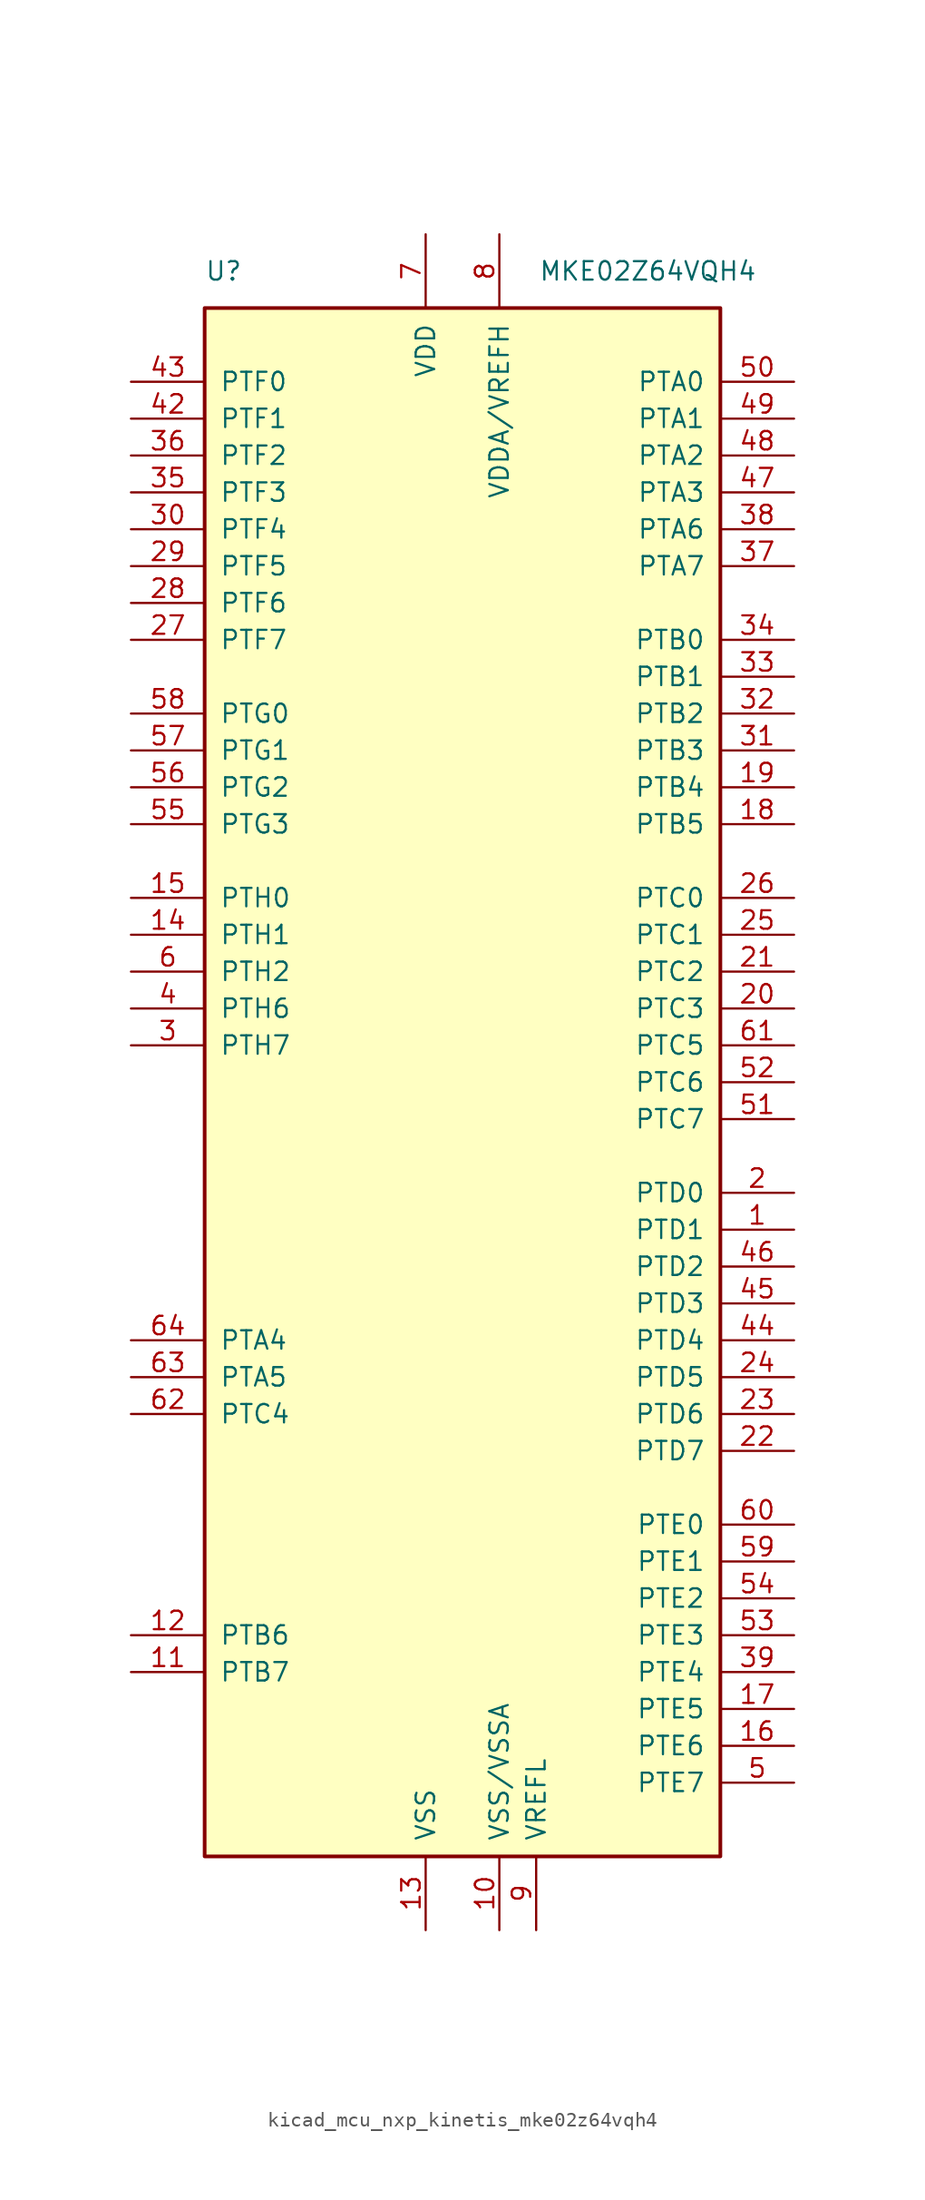
<source format=kicad_sym>
(kicad_symbol_lib
  (version 20220914)
  (generator kicad_symbol_editor)
  (symbol "kicad_mcu_nxp_kinetis_mke02z64vqh4"
    (pin_names
      (offset 1.016))
    (property "Reference" "U"
      (at -17.78 55.88 0)
      (effects (font (size 1.27 1.27)) (justify left)))
    (property "Value" "MKE02Z64VQH4"
      (at 20.32 55.88 0)
      (effects (font (size 1.27 1.27)) (justify right)))
    (symbol "kicad_mcu_nxp_kinetis_mke02z64vqh4_0_1"
      (rectangle (start -17.78 53.34) (end 17.78 -53.34) (stroke (width 0.254) (type default)) (fill (type background))))
    (symbol "kicad_mcu_nxp_kinetis_mke02z64vqh4_1_1"
      (pin bidirectional line (at 22.86 -10.16 180) (length 5.08) (name "PTD1" (effects (font (size 1.27 1.27)))) (number "1" (effects (font (size 1.27 1.27)))))
      (pin power_in line (at 2.54 -58.42 90) (length 5.08) (name "VSS/VSSA" (effects (font (size 1.27 1.27)))) (number "10" (effects (font (size 1.27 1.27)))))
      (pin bidirectional line (at -22.86 -40.64 0) (length 5.08) (name "PTB7" (effects (font (size 1.27 1.27)))) (number "11" (effects (font (size 1.27 1.27)))))
      (pin bidirectional line (at -22.86 -38.1 0) (length 5.08) (name "PTB6" (effects (font (size 1.27 1.27)))) (number "12" (effects (font (size 1.27 1.27)))))
      (pin power_in line (at -2.54 -58.42 90) (length 5.08) (name "VSS" (effects (font (size 1.27 1.27)))) (number "13" (effects (font (size 1.27 1.27)))))
      (pin bidirectional line (at -22.86 10.16 0) (length 5.08) (name "PTH1" (effects (font (size 1.27 1.27)))) (number "14" (effects (font (size 1.27 1.27)))))
      (pin bidirectional line (at -22.86 12.7 0) (length 5.08) (name "PTH0" (effects (font (size 1.27 1.27)))) (number "15" (effects (font (size 1.27 1.27)))))
      (pin bidirectional line (at 22.86 -45.72 180) (length 5.08) (name "PTE6" (effects (font (size 1.27 1.27)))) (number "16" (effects (font (size 1.27 1.27)))))
      (pin bidirectional line (at 22.86 -43.18 180) (length 5.08) (name "PTE5" (effects (font (size 1.27 1.27)))) (number "17" (effects (font (size 1.27 1.27)))))
      (pin bidirectional line (at 22.86 17.78 180) (length 5.08) (name "PTB5" (effects (font (size 1.27 1.27)))) (number "18" (effects (font (size 1.27 1.27)))))
      (pin bidirectional line (at 22.86 20.32 180) (length 5.08) (name "PTB4" (effects (font (size 1.27 1.27)))) (number "19" (effects (font (size 1.27 1.27)))))
      (pin bidirectional line (at 22.86 -7.62 180) (length 5.08) (name "PTD0" (effects (font (size 1.27 1.27)))) (number "2" (effects (font (size 1.27 1.27)))))
      (pin bidirectional line (at 22.86 5.08 180) (length 5.08) (name "PTC3" (effects (font (size 1.27 1.27)))) (number "20" (effects (font (size 1.27 1.27)))))
      (pin bidirectional line (at 22.86 7.62 180) (length 5.08) (name "PTC2" (effects (font (size 1.27 1.27)))) (number "21" (effects (font (size 1.27 1.27)))))
      (pin bidirectional line (at 22.86 -25.4 180) (length 5.08) (name "PTD7" (effects (font (size 1.27 1.27)))) (number "22" (effects (font (size 1.27 1.27)))))
      (pin bidirectional line (at 22.86 -22.86 180) (length 5.08) (name "PTD6" (effects (font (size 1.27 1.27)))) (number "23" (effects (font (size 1.27 1.27)))))
      (pin bidirectional line (at 22.86 -20.32 180) (length 5.08) (name "PTD5" (effects (font (size 1.27 1.27)))) (number "24" (effects (font (size 1.27 1.27)))))
      (pin bidirectional line (at 22.86 10.16 180) (length 5.08) (name "PTC1" (effects (font (size 1.27 1.27)))) (number "25" (effects (font (size 1.27 1.27)))))
      (pin bidirectional line (at 22.86 12.7 180) (length 5.08) (name "PTC0" (effects (font (size 1.27 1.27)))) (number "26" (effects (font (size 1.27 1.27)))))
      (pin bidirectional line (at -22.86 30.48 0) (length 5.08) (name "PTF7" (effects (font (size 1.27 1.27)))) (number "27" (effects (font (size 1.27 1.27)))))
      (pin bidirectional line (at -22.86 33.02 0) (length 5.08) (name "PTF6" (effects (font (size 1.27 1.27)))) (number "28" (effects (font (size 1.27 1.27)))))
      (pin bidirectional line (at -22.86 35.56 0) (length 5.08) (name "PTF5" (effects (font (size 1.27 1.27)))) (number "29" (effects (font (size 1.27 1.27)))))
      (pin bidirectional line (at -22.86 2.54 0) (length 5.08) (name "PTH7" (effects (font (size 1.27 1.27)))) (number "3" (effects (font (size 1.27 1.27)))))
      (pin bidirectional line (at -22.86 38.1 0) (length 5.08) (name "PTF4" (effects (font (size 1.27 1.27)))) (number "30" (effects (font (size 1.27 1.27)))))
      (pin bidirectional line (at 22.86 22.86 180) (length 5.08) (name "PTB3" (effects (font (size 1.27 1.27)))) (number "31" (effects (font (size 1.27 1.27)))))
      (pin bidirectional line (at 22.86 25.4 180) (length 5.08) (name "PTB2" (effects (font (size 1.27 1.27)))) (number "32" (effects (font (size 1.27 1.27)))))
      (pin bidirectional line (at 22.86 27.94 180) (length 5.08) (name "PTB1" (effects (font (size 1.27 1.27)))) (number "33" (effects (font (size 1.27 1.27)))))
      (pin bidirectional line (at 22.86 30.48 180) (length 5.08) (name "PTB0" (effects (font (size 1.27 1.27)))) (number "34" (effects (font (size 1.27 1.27)))))
      (pin bidirectional line (at -22.86 40.64 0) (length 5.08) (name "PTF3" (effects (font (size 1.27 1.27)))) (number "35" (effects (font (size 1.27 1.27)))))
      (pin bidirectional line (at -22.86 43.18 0) (length 5.08) (name "PTF2" (effects (font (size 1.27 1.27)))) (number "36" (effects (font (size 1.27 1.27)))))
      (pin bidirectional line (at 22.86 35.56 180) (length 5.08) (name "PTA7" (effects (font (size 1.27 1.27)))) (number "37" (effects (font (size 1.27 1.27)))))
      (pin bidirectional line (at 22.86 38.1 180) (length 5.08) (name "PTA6" (effects (font (size 1.27 1.27)))) (number "38" (effects (font (size 1.27 1.27)))))
      (pin bidirectional line (at 22.86 -40.64 180) (length 5.08) (name "PTE4" (effects (font (size 1.27 1.27)))) (number "39" (effects (font (size 1.27 1.27)))))
      (pin bidirectional line (at -22.86 5.08 0) (length 5.08) (name "PTH6" (effects (font (size 1.27 1.27)))) (number "4" (effects (font (size 1.27 1.27)))))
      (pin passive line (at -2.54 -58.42 90) (length 5.08) hide (name "VSS" (effects (font (size 1.27 1.27)))) (number "40" (effects (font (size 1.27 1.27)))))
      (pin passive line (at -2.54 58.42 270) (length 5.08) hide (name "VDD" (effects (font (size 1.27 1.27)))) (number "41" (effects (font (size 1.27 1.27)))))
      (pin bidirectional line (at -22.86 45.72 0) (length 5.08) (name "PTF1" (effects (font (size 1.27 1.27)))) (number "42" (effects (font (size 1.27 1.27)))))
      (pin bidirectional line (at -22.86 48.26 0) (length 5.08) (name "PTF0" (effects (font (size 1.27 1.27)))) (number "43" (effects (font (size 1.27 1.27)))))
      (pin bidirectional line (at 22.86 -17.78 180) (length 5.08) (name "PTD4" (effects (font (size 1.27 1.27)))) (number "44" (effects (font (size 1.27 1.27)))))
      (pin bidirectional line (at 22.86 -15.24 180) (length 5.08) (name "PTD3" (effects (font (size 1.27 1.27)))) (number "45" (effects (font (size 1.27 1.27)))))
      (pin bidirectional line (at 22.86 -12.7 180) (length 5.08) (name "PTD2" (effects (font (size 1.27 1.27)))) (number "46" (effects (font (size 1.27 1.27)))))
      (pin bidirectional line (at 22.86 40.64 180) (length 5.08) (name "PTA3" (effects (font (size 1.27 1.27)))) (number "47" (effects (font (size 1.27 1.27)))))
      (pin bidirectional line (at 22.86 43.18 180) (length 5.08) (name "PTA2" (effects (font (size 1.27 1.27)))) (number "48" (effects (font (size 1.27 1.27)))))
      (pin bidirectional line (at 22.86 45.72 180) (length 5.08) (name "PTA1" (effects (font (size 1.27 1.27)))) (number "49" (effects (font (size 1.27 1.27)))))
      (pin bidirectional line (at 22.86 -48.26 180) (length 5.08) (name "PTE7" (effects (font (size 1.27 1.27)))) (number "5" (effects (font (size 1.27 1.27)))))
      (pin bidirectional line (at 22.86 48.26 180) (length 5.08) (name "PTA0" (effects (font (size 1.27 1.27)))) (number "50" (effects (font (size 1.27 1.27)))))
      (pin bidirectional line (at 22.86 -2.54 180) (length 5.08) (name "PTC7" (effects (font (size 1.27 1.27)))) (number "51" (effects (font (size 1.27 1.27)))))
      (pin bidirectional line (at 22.86 0 180) (length 5.08) (name "PTC6" (effects (font (size 1.27 1.27)))) (number "52" (effects (font (size 1.27 1.27)))))
      (pin bidirectional line (at 22.86 -38.1 180) (length 5.08) (name "PTE3" (effects (font (size 1.27 1.27)))) (number "53" (effects (font (size 1.27 1.27)))))
      (pin bidirectional line (at 22.86 -35.56 180) (length 5.08) (name "PTE2" (effects (font (size 1.27 1.27)))) (number "54" (effects (font (size 1.27 1.27)))))
      (pin bidirectional line (at -22.86 17.78 0) (length 5.08) (name "PTG3" (effects (font (size 1.27 1.27)))) (number "55" (effects (font (size 1.27 1.27)))))
      (pin bidirectional line (at -22.86 20.32 0) (length 5.08) (name "PTG2" (effects (font (size 1.27 1.27)))) (number "56" (effects (font (size 1.27 1.27)))))
      (pin bidirectional line (at -22.86 22.86 0) (length 5.08) (name "PTG1" (effects (font (size 1.27 1.27)))) (number "57" (effects (font (size 1.27 1.27)))))
      (pin bidirectional line (at -22.86 25.4 0) (length 5.08) (name "PTG0" (effects (font (size 1.27 1.27)))) (number "58" (effects (font (size 1.27 1.27)))))
      (pin bidirectional line (at 22.86 -33.02 180) (length 5.08) (name "PTE1" (effects (font (size 1.27 1.27)))) (number "59" (effects (font (size 1.27 1.27)))))
      (pin bidirectional line (at -22.86 7.62 0) (length 5.08) (name "PTH2" (effects (font (size 1.27 1.27)))) (number "6" (effects (font (size 1.27 1.27)))))
      (pin bidirectional line (at 22.86 -30.48 180) (length 5.08) (name "PTE0" (effects (font (size 1.27 1.27)))) (number "60" (effects (font (size 1.27 1.27)))))
      (pin bidirectional line (at 22.86 2.54 180) (length 5.08) (name "PTC5" (effects (font (size 1.27 1.27)))) (number "61" (effects (font (size 1.27 1.27)))))
      (pin bidirectional line (at -22.86 -22.86 0) (length 5.08) (name "PTC4" (effects (font (size 1.27 1.27)))) (number "62" (effects (font (size 1.27 1.27)))))
      (pin bidirectional line (at -22.86 -20.32 0) (length 5.08) (name "PTA5" (effects (font (size 1.27 1.27)))) (number "63" (effects (font (size 1.27 1.27)))))
      (pin bidirectional line (at -22.86 -17.78 0) (length 5.08) (name "PTA4" (effects (font (size 1.27 1.27)))) (number "64" (effects (font (size 1.27 1.27)))))
      (pin power_in line (at -2.54 58.42 270) (length 5.08) (name "VDD" (effects (font (size 1.27 1.27)))) (number "7" (effects (font (size 1.27 1.27)))))
      (pin power_in line (at 2.54 58.42 270) (length 5.08) (name "VDDA/VREFH" (effects (font (size 1.27 1.27)))) (number "8" (effects (font (size 1.27 1.27)))))
      (pin power_in line (at 5.08 -58.42 90) (length 5.08) (name "VREFL" (effects (font (size 1.27 1.27)))) (number "9" (effects (font (size 1.27 1.27))))))))
</source>
